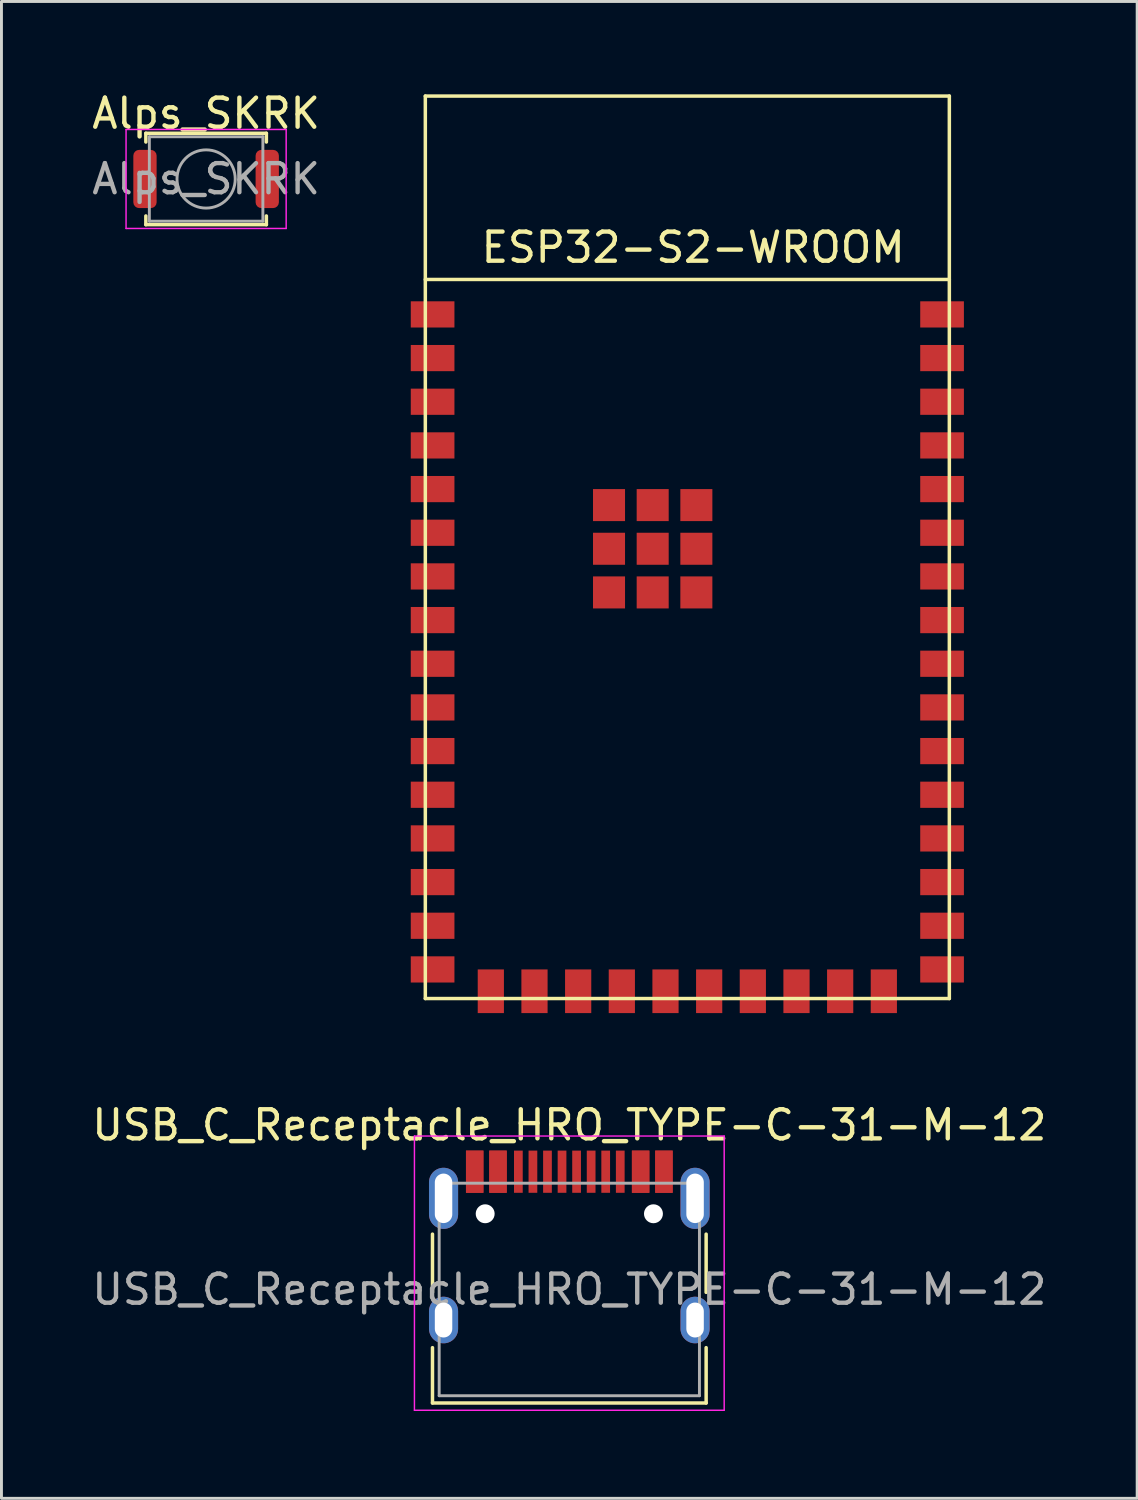
<source format=kicad_pcb>
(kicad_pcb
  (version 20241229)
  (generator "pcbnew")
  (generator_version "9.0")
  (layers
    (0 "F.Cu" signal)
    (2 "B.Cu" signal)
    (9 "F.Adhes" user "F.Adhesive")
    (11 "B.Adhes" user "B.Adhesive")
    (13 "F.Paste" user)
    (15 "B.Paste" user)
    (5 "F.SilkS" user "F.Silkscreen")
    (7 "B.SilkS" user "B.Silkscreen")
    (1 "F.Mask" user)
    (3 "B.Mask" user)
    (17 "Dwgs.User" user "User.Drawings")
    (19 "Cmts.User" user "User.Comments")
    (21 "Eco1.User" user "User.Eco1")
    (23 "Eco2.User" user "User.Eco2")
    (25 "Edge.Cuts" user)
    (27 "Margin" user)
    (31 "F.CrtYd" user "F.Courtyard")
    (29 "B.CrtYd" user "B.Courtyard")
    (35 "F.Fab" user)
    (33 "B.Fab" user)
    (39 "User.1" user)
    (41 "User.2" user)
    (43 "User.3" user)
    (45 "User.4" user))
  (footprint "ESP32-S2-WROOM"
    (layer "F.Cu")
    (at 11.56 0.25)
    (property "Reference" "ESP32-S2-WROOM" (at 9.2 5.2 0) (layer "F.SilkS") (effects (font (size 1 1) (thickness 0.15))))
    (attr through_hole)
    (fp_line (start 0 0) (end 18 0) (stroke (width 0.12) (type solid)) (layer "F.SilkS"))
    (fp_line (start 0 6.3) (end 18 6.3) (stroke (width 0.12) (type solid)) (layer "F.SilkS"))
    (fp_line (start 0 31) (end 0 0) (stroke (width 0.12) (type solid)) (layer "F.SilkS"))
    (fp_line (start 18 0) (end 18 31) (stroke (width 0.12) (type solid)) (layer "F.SilkS"))
    (fp_line (start 18 31) (end 0 31) (stroke (width 0.12) (type solid)) (layer "F.SilkS"))
    (pad "1" smd rect (at 0.25 7.5) (size 1.5 0.9) (layers "F.Cu" "F.Mask" "F.Paste"))
    (pad "2" smd rect (at 0.25 9) (size 1.5 0.9) (layers "F.Cu" "F.Mask" "F.Paste"))
    (pad "3" smd rect (at 0.25 10.5) (size 1.5 0.9) (layers "F.Cu" "F.Mask" "F.Paste"))
    (pad "4" smd rect (at 0.25 12) (size 1.5 0.9) (layers "F.Cu" "F.Mask" "F.Paste"))
    (pad "5" smd rect (at 0.25 13.5) (size 1.5 0.9) (layers "F.Cu" "F.Mask" "F.Paste"))
    (pad "6" smd rect (at 0.25 15) (size 1.5 0.9) (layers "F.Cu" "F.Mask" "F.Paste"))
    (pad "7" smd rect (at 0.25 16.5) (size 1.5 0.9) (layers "F.Cu" "F.Mask" "F.Paste"))
    (pad "8" smd rect (at 0.25 18) (size 1.5 0.9) (layers "F.Cu" "F.Mask" "F.Paste"))
    (pad "9" smd rect (at 0.25 19.5) (size 1.5 0.9) (layers "F.Cu" "F.Mask" "F.Paste"))
    (pad "10" smd rect (at 0.25 21) (size 1.5 0.9) (layers "F.Cu" "F.Mask" "F.Paste"))
    (pad "11" smd rect (at 0.25 22.5) (size 1.5 0.9) (layers "F.Cu" "F.Mask" "F.Paste"))
    (pad "12" smd rect (at 0.25 24) (size 1.5 0.9) (layers "F.Cu" "F.Mask" "F.Paste"))
    (pad "13" smd rect (at 0.25 25.5) (size 1.5 0.9) (layers "F.Cu" "F.Mask" "F.Paste"))
    (pad "14" smd rect (at 0.25 27) (size 1.5 0.9) (layers "F.Cu" "F.Mask" "F.Paste"))
    (pad "15" smd rect (at 0.25 28.5) (size 1.5 0.9) (layers "F.Cu" "F.Mask" "F.Paste"))
    (pad "16" smd rect (at 0.25 30) (size 1.5 0.9) (layers "F.Cu" "F.Mask" "F.Paste"))
    (pad "17" smd rect (at 2.25 30.75 90) (size 1.5 0.9) (layers "F.Cu" "F.Mask" "F.Paste"))
    (pad "18" smd rect (at 3.75 30.75 90) (size 1.5 0.9) (layers "F.Cu" "F.Mask" "F.Paste"))
    (pad "19" smd rect (at 5.25 30.75 90) (size 1.5 0.9) (layers "F.Cu" "F.Mask" "F.Paste"))
    (pad "20" smd rect (at 6.75 30.75 90) (size 1.5 0.9) (layers "F.Cu" "F.Mask" "F.Paste"))
    (pad "21" smd rect (at 8.25 30.75 90) (size 1.5 0.9) (layers "F.Cu" "F.Mask" "F.Paste"))
    (pad "22" smd rect (at 9.75 30.75 90) (size 1.5 0.9) (layers "F.Cu" "F.Mask" "F.Paste"))
    (pad "23" smd rect (at 11.25 30.75 90) (size 1.5 0.9) (layers "F.Cu" "F.Mask" "F.Paste"))
    (pad "24" smd rect (at 12.75 30.75 90) (size 1.5 0.9) (layers "F.Cu" "F.Mask" "F.Paste"))
    (pad "25" smd rect (at 14.25 30.75 90) (size 1.5 0.9) (layers "F.Cu" "F.Mask" "F.Paste"))
    (pad "26" smd rect (at 15.75 30.75 90) (size 1.5 0.9) (layers "F.Cu" "F.Mask" "F.Paste"))
    (pad "27" smd rect (at 17.75 30) (size 1.5 0.9) (layers "F.Cu" "F.Mask" "F.Paste"))
    (pad "28" smd rect (at 17.75 28.5) (size 1.5 0.9) (layers "F.Cu" "F.Mask" "F.Paste"))
    (pad "29" smd rect (at 17.75 27) (size 1.5 0.9) (layers "F.Cu" "F.Mask" "F.Paste"))
    (pad "30" smd rect (at 17.75 25.5) (size 1.5 0.9) (layers "F.Cu" "F.Mask" "F.Paste"))
    (pad "31" smd rect (at 17.75 24) (size 1.5 0.9) (layers "F.Cu" "F.Mask" "F.Paste"))
    (pad "32" smd rect (at 17.75 22.5) (size 1.5 0.9) (layers "F.Cu" "F.Mask" "F.Paste"))
    (pad "33" smd rect (at 17.75 21) (size 1.5 0.9) (layers "F.Cu" "F.Mask" "F.Paste"))
    (pad "34" smd rect (at 17.75 19.5) (size 1.5 0.9) (layers "F.Cu" "F.Mask" "F.Paste"))
    (pad "35" smd rect (at 17.75 18) (size 1.5 0.9) (layers "F.Cu" "F.Mask" "F.Paste"))
    (pad "36" smd rect (at 17.75 16.5) (size 1.5 0.9) (layers "F.Cu" "F.Mask" "F.Paste"))
    (pad "37" smd rect (at 17.75 15) (size 1.5 0.9) (layers "F.Cu" "F.Mask" "F.Paste"))
    (pad "38" smd rect (at 17.75 13.5) (size 1.5 0.9) (layers "F.Cu" "F.Mask" "F.Paste"))
    (pad "39" smd rect (at 17.75 12) (size 1.5 0.9) (layers "F.Cu" "F.Mask" "F.Paste"))
    (pad "40" smd rect (at 17.75 10.5) (size 1.5 0.9) (layers "F.Cu" "F.Mask" "F.Paste"))
    (pad "41" smd rect (at 17.75 9) (size 1.5 0.9) (layers "F.Cu" "F.Mask" "F.Paste"))
    (pad "42" smd rect (at 17.75 7.5) (size 1.5 0.9) (layers "F.Cu" "F.Mask" "F.Paste"))
    (pad "43" smd rect (at 6.31 14.05) (size 1.1 1.1) (layers "F.Cu" "F.Mask" "F.Paste"))
    (pad "43" smd rect (at 6.31 15.55) (size 1.1 1.1) (layers "F.Cu" "F.Mask" "F.Paste"))
    (pad "43" smd rect (at 6.31 17.05) (size 1.1 1.1) (layers "F.Cu" "F.Mask" "F.Paste"))
    (pad "43" smd rect (at 7.81 14.05) (size 1.1 1.1) (layers "F.Cu" "F.Mask" "F.Paste"))
    (pad "43" smd rect (at 7.81 15.55) (size 1.1 1.1) (layers "F.Cu" "F.Mask" "F.Paste"))
    (pad "43" smd rect (at 7.81 17.05) (size 1.1 1.1) (layers "F.Cu" "F.Mask" "F.Paste"))
    (pad "43" smd rect (at 9.31 14.05) (size 1.1 1.1) (layers "F.Cu" "F.Mask" "F.Paste"))
    (pad "43" smd rect (at 9.31 15.55) (size 1.1 1.1) (layers "F.Cu" "F.Mask" "F.Paste"))
    (pad "43" smd rect (at 9.31 17.05) (size 1.1 1.1) (layers "F.Cu" "F.Mask" "F.Paste")))
  (footprint "Alps_SKRK"
    (layer "F.Cu")
    (at 4.03 3.098)
    (property "Reference" "Alps_SKRK" (at 0 -2.25 0) (layer "F.SilkS") (effects (font (size 1 1) (thickness 0.15))))
    (attr smd)
    (fp_line (start -2.07 -1.57) (end 2.07 -1.57) (stroke (width 0.12) (type solid)) (layer "F.SilkS"))
    (fp_line (start -2.07 -1.27) (end -2.07 -1.57) (stroke (width 0.12) (type solid)) (layer "F.SilkS"))
    (fp_line (start -2.07 1.57) (end -2.07 1.27) (stroke (width 0.12) (type solid)) (layer "F.SilkS"))
    (fp_line (start 2.07 -1.57) (end 2.07 -1.27) (stroke (width 0.12) (type solid)) (layer "F.SilkS"))
    (fp_line (start 2.07 1.27) (end 2.07 1.57) (stroke (width 0.12) (type solid)) (layer "F.SilkS"))
    (fp_line (start 2.07 1.57) (end -2.07 1.57) (stroke (width 0.12) (type solid)) (layer "F.SilkS"))
    (fp_line (start -2.75 -1.7) (end 2.75 -1.7) (stroke (width 0.05) (type solid)) (layer "F.CrtYd"))
    (fp_line (start -2.75 1.7) (end -2.75 -1.7) (stroke (width 0.05) (type solid)) (layer "F.CrtYd"))
    (fp_line (start 2.75 -1.7) (end 2.75 1.7) (stroke (width 0.05) (type solid)) (layer "F.CrtYd"))
    (fp_line (start 2.75 1.7) (end -2.75 1.7) (stroke (width 0.05) (type solid)) (layer "F.CrtYd"))
    (fp_line (start -1.95 -1.45) (end 1.95 -1.45) (stroke (width 0.1) (type solid)) (layer "F.Fab"))
    (fp_line (start -1.95 1.45) (end -1.95 -1.45) (stroke (width 0.1) (type solid)) (layer "F.Fab"))
    (fp_line (start 1.95 -1.45) (end 1.95 1.45) (stroke (width 0.1) (type solid)) (layer "F.Fab"))
    (fp_line (start 1.95 1.45) (end -1.95 1.45) (stroke (width 0.1) (type solid)) (layer "F.Fab"))
    (fp_circle (center 0 0) (end 1 0) (stroke (width 0.1) (type solid)) (fill no) (layer "F.Fab"))
    (fp_text user "${REFERENCE}" (at 0 0 0) (layer "F.Fab") (effects (font (size 1 1) (thickness 0.15))))
    (pad "1" smd roundrect (at -2.1 0) (size 0.8 2) (layers "F.Cu" "F.Mask" "F.Paste") (roundrect_rratio 0.25))
    (pad "2" smd roundrect (at 2.1 0) (size 0.8 2) (layers "F.Cu" "F.Mask" "F.Paste") (roundrect_rratio 0.25)))
  (footprint "USB_C_Receptacle_HRO_TYPE-C-31-M-12"
    (layer "F.Cu")
    (at 16.506 41.243)
    (property "Reference" "USB_C_Receptacle_HRO_TYPE-C-31-M-12" (at 0 -5.645 0) (layer "F.SilkS") (effects (font (size 1 1) (thickness 0.15))))
    (attr smd)
    (fp_line (start -4.7 -1.9) (end -4.7 0.1) (stroke (width 0.12) (type solid)) (layer "F.SilkS"))
    (fp_line (start -4.7 2) (end -4.7 3.9) (stroke (width 0.12) (type solid)) (layer "F.SilkS"))
    (fp_line (start -4.7 3.9) (end 4.7 3.9) (stroke (width 0.12) (type solid)) (layer "F.SilkS"))
    (fp_line (start 4.7 -1.9) (end 4.7 0.1) (stroke (width 0.12) (type solid)) (layer "F.SilkS"))
    (fp_line (start 4.7 2) (end 4.7 3.9) (stroke (width 0.12) (type solid)) (layer "F.SilkS"))
    (fp_line (start -5.32 -5.27) (end -5.32 4.15) (stroke (width 0.05) (type solid)) (layer "F.CrtYd"))
    (fp_line (start -5.32 -5.27) (end 5.32 -5.27) (stroke (width 0.05) (type solid)) (layer "F.CrtYd"))
    (fp_line (start -5.32 4.15) (end 5.32 4.15) (stroke (width 0.05) (type solid)) (layer "F.CrtYd"))
    (fp_line (start 5.32 -5.27) (end 5.32 4.15) (stroke (width 0.05) (type solid)) (layer "F.CrtYd"))
    (fp_line (start -4.47 -3.65) (end -4.47 3.65) (stroke (width 0.1) (type solid)) (layer "F.Fab"))
    (fp_line (start -4.47 -3.65) (end 4.47 -3.65) (stroke (width 0.1) (type solid)) (layer "F.Fab"))
    (fp_line (start -4.47 3.65) (end 4.47 3.65) (stroke (width 0.1) (type solid)) (layer "F.Fab"))
    (fp_line (start 4.47 -3.65) (end 4.47 3.65) (stroke (width 0.1) (type solid)) (layer "F.Fab"))
    (fp_text user "${REFERENCE}" (at 0 0 0) (layer "F.Fab") (effects (font (size 1 1) (thickness 0.15))))
    (pad "" np_thru_hole circle (at -2.89 -2.6) (size 0.65 0.65) (drill 0.65) (layers "*.Cu" "*.Mask"))
    (pad "" np_thru_hole circle (at 2.89 -2.6) (size 0.65 0.65) (drill 0.65) (layers "*.Cu" "*.Mask"))
    (pad "A1" smd rect (at -3.25 -4.045) (size 0.6 1.45) (layers "F.Cu" "F.Mask" "F.Paste"))
    (pad "A4" smd rect (at -2.45 -4.045) (size 0.6 1.45) (layers "F.Cu" "F.Mask" "F.Paste"))
    (pad "A5" smd rect (at -1.25 -4.045) (size 0.3 1.45) (layers "F.Cu" "F.Mask" "F.Paste"))
    (pad "A6" smd rect (at -0.25 -4.045) (size 0.3 1.45) (layers "F.Cu" "F.Mask" "F.Paste"))
    (pad "A7" smd rect (at 0.25 -4.045) (size 0.3 1.45) (layers "F.Cu" "F.Mask" "F.Paste"))
    (pad "A8" smd rect (at 1.25 -4.045) (size 0.3 1.45) (layers "F.Cu" "F.Mask" "F.Paste"))
    (pad "A9" smd rect (at 2.45 -4.045) (size 0.6 1.45) (layers "F.Cu" "F.Mask" "F.Paste"))
    (pad "A12" smd rect (at 3.25 -4.045) (size 0.6 1.45) (layers "F.Cu" "F.Mask" "F.Paste"))
    (pad "B1" smd rect (at 3.25 -4.045) (size 0.6 1.45) (layers "F.Cu" "F.Mask" "F.Paste"))
    (pad "B4" smd rect (at 2.45 -4.045) (size 0.6 1.45) (layers "F.Cu" "F.Mask" "F.Paste"))
    (pad "B5" smd rect (at 1.75 -4.045) (size 0.3 1.45) (layers "F.Cu" "F.Mask" "F.Paste"))
    (pad "B6" smd rect (at 0.75 -4.045) (size 0.3 1.45) (layers "F.Cu" "F.Mask" "F.Paste"))
    (pad "B7" smd rect (at -0.75 -4.045) (size 0.3 1.45) (layers "F.Cu" "F.Mask" "F.Paste"))
    (pad "B8" smd rect (at -1.75 -4.045) (size 0.3 1.45) (layers "F.Cu" "F.Mask" "F.Paste"))
    (pad "B9" smd rect (at -2.45 -4.045) (size 0.6 1.45) (layers "F.Cu" "F.Mask" "F.Paste"))
    (pad "B12" smd rect (at -3.25 -4.045) (size 0.6 1.45) (layers "F.Cu" "F.Mask" "F.Paste"))
    (pad "S1" thru_hole oval (at -4.32 -3.13) (size 1 2.1) (drill oval 0.6 1.7) (layers "*.Cu" "*.Mask"))
    (pad "S1" thru_hole oval (at -4.32 1.05) (size 1 1.6) (drill oval 0.6 1.2) (layers "*.Cu" "*.Mask"))
    (pad "S1" thru_hole oval (at 4.32 -3.13) (size 1 2.1) (drill oval 0.6 1.7) (layers "*.Cu" "*.Mask"))
    (pad "S1" thru_hole oval (at 4.32 1.05) (size 1 1.6) (drill oval 0.6 1.2) (layers "*.Cu" "*.Mask")))
  (gr_rect
    (start -3 -3)
    (end 36.012 48.418)
    (stroke (width 0.1) (type default))
    (fill no)
    (layer "Edge.Cuts")))
</source>
